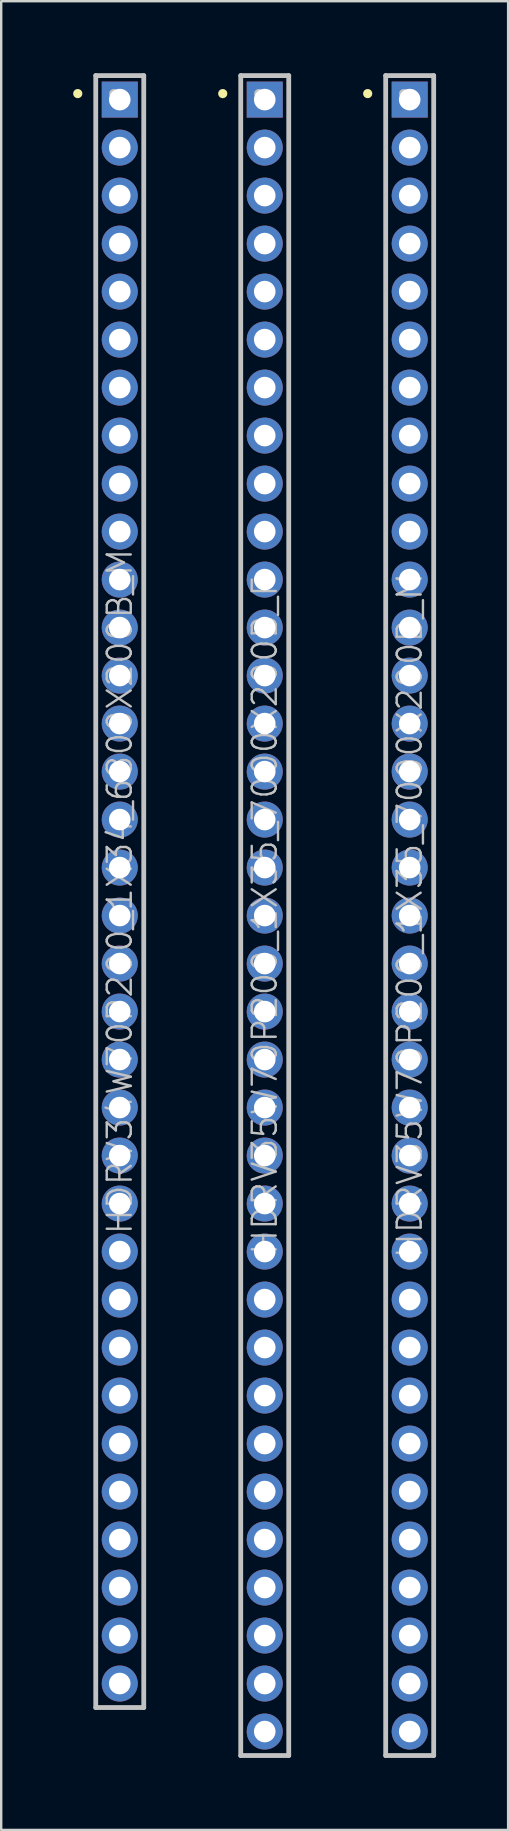
<source format=kicad_pcb>
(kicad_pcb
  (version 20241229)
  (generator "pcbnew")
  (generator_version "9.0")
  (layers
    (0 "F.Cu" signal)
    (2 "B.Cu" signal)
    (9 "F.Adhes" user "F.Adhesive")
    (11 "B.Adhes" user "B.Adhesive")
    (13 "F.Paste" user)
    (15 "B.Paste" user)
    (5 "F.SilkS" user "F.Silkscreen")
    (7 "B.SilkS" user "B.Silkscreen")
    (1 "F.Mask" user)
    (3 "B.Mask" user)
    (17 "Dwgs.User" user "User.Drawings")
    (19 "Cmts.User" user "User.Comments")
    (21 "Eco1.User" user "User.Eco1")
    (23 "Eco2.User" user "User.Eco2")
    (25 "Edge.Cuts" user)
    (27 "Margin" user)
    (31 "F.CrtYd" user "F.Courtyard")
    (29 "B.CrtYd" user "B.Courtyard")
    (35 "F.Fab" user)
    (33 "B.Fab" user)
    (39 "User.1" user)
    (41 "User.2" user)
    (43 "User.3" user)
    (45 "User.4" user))
  (footprint "HDRV34W70P200_1X34_6800X200B_M"
    (layer "F.Cu")
    (at 1.94 34.1)
    (property "Reference" "HDRV34W70P200_1X34_6800X200B_M" (at 0 0 90) (layer "Dwgs.User") (effects (font (size 1 1) (thickness 0.1))))
    (attr through_hole)
    (fp_line (start -1.75 -33.25) (end -1.75 -33.25) (stroke (width 0.381) (type solid)) (layer "F.SilkS"))
    (fp_line (start -1 -34) (end -1 34) (stroke (width 0.2) (type solid)) (layer "Dwgs.User"))
    (fp_line (start -1 -34) (end 1 -34) (stroke (width 0.2) (type solid)) (layer "Dwgs.User"))
    (fp_line (start -1 34) (end 1 34) (stroke (width 0.2) (type solid)) (layer "Dwgs.User"))
    (fp_line (start -0.25 -33.25) (end -0.25 -33.25) (stroke (width 0.381) (type solid)) (layer "Dwgs.User"))
    (fp_line (start 1 -34) (end 1 34) (stroke (width 0.2) (type solid)) (layer "Dwgs.User"))
    (pad "1" thru_hole rect (at 0 -33) (size 1.5 1.5) (drill 0.9) (layers "*.Cu" "*.Mask"))
    (pad "2" thru_hole circle (at 0 -31 270) (size 1.5 1.5) (drill 0.9) (layers "*.Cu" "*.Mask"))
    (pad "3" thru_hole circle (at 0 -29 270) (size 1.5 1.5) (drill 0.9) (layers "*.Cu" "*.Mask"))
    (pad "4" thru_hole circle (at 0 -27 270) (size 1.5 1.5) (drill 0.9) (layers "*.Cu" "*.Mask"))
    (pad "5" thru_hole circle (at 0 -25 270) (size 1.5 1.5) (drill 0.9) (layers "*.Cu" "*.Mask"))
    (pad "6" thru_hole circle (at 0 -23 270) (size 1.5 1.5) (drill 0.9) (layers "*.Cu" "*.Mask"))
    (pad "7" thru_hole circle (at 0 -21 270) (size 1.5 1.5) (drill 0.9) (layers "*.Cu" "*.Mask"))
    (pad "8" thru_hole circle (at 0 -19 270) (size 1.5 1.5) (drill 0.9) (layers "*.Cu" "*.Mask"))
    (pad "9" thru_hole circle (at 0 -17 270) (size 1.5 1.5) (drill 0.9) (layers "*.Cu" "*.Mask"))
    (pad "10" thru_hole circle (at 0 -15 270) (size 1.5 1.5) (drill 0.9) (layers "*.Cu" "*.Mask"))
    (pad "11" thru_hole circle (at 0 -13 270) (size 1.5 1.5) (drill 0.9) (layers "*.Cu" "*.Mask"))
    (pad "12" thru_hole circle (at 0 -11 270) (size 1.5 1.5) (drill 0.9) (layers "*.Cu" "*.Mask"))
    (pad "13" thru_hole circle (at 0 -9 270) (size 1.5 1.5) (drill 0.9) (layers "*.Cu" "*.Mask"))
    (pad "14" thru_hole circle (at 0 -7 270) (size 1.5 1.5) (drill 0.9) (layers "*.Cu" "*.Mask"))
    (pad "15" thru_hole circle (at 0 -5 270) (size 1.5 1.5) (drill 0.9) (layers "*.Cu" "*.Mask"))
    (pad "16" thru_hole circle (at 0 -3 270) (size 1.5 1.5) (drill 0.9) (layers "*.Cu" "*.Mask"))
    (pad "17" thru_hole circle (at 0 -1 270) (size 1.5 1.5) (drill 0.9) (layers "*.Cu" "*.Mask"))
    (pad "18" thru_hole circle (at 0 1 270) (size 1.5 1.5) (drill 0.9) (layers "*.Cu" "*.Mask"))
    (pad "19" thru_hole circle (at 0 3 270) (size 1.5 1.5) (drill 0.9) (layers "*.Cu" "*.Mask"))
    (pad "20" thru_hole circle (at 0 5 270) (size 1.5 1.5) (drill 0.9) (layers "*.Cu" "*.Mask"))
    (pad "21" thru_hole circle (at 0 7 270) (size 1.5 1.5) (drill 0.9) (layers "*.Cu" "*.Mask"))
    (pad "22" thru_hole circle (at 0 9 270) (size 1.5 1.5) (drill 0.9) (layers "*.Cu" "*.Mask"))
    (pad "23" thru_hole circle (at 0 11 270) (size 1.5 1.5) (drill 0.9) (layers "*.Cu" "*.Mask"))
    (pad "24" thru_hole circle (at 0 13 270) (size 1.5 1.5) (drill 0.9) (layers "*.Cu" "*.Mask"))
    (pad "25" thru_hole circle (at 0 15 270) (size 1.5 1.5) (drill 0.9) (layers "*.Cu" "*.Mask"))
    (pad "26" thru_hole circle (at 0 17 270) (size 1.5 1.5) (drill 0.9) (layers "*.Cu" "*.Mask"))
    (pad "27" thru_hole circle (at 0 19 270) (size 1.5 1.5) (drill 0.9) (layers "*.Cu" "*.Mask"))
    (pad "28" thru_hole circle (at 0 21 270) (size 1.5 1.5) (drill 0.9) (layers "*.Cu" "*.Mask"))
    (pad "29" thru_hole circle (at 0 23 270) (size 1.5 1.5) (drill 0.9) (layers "*.Cu" "*.Mask"))
    (pad "30" thru_hole circle (at 0 25 270) (size 1.5 1.5) (drill 0.9) (layers "*.Cu" "*.Mask"))
    (pad "31" thru_hole circle (at 0 27 270) (size 1.5 1.5) (drill 0.9) (layers "*.Cu" "*.Mask"))
    (pad "32" thru_hole circle (at 0 29 270) (size 1.5 1.5) (drill 0.9) (layers "*.Cu" "*.Mask"))
    (pad "33" thru_hole circle (at 0 31 270) (size 1.5 1.5) (drill 0.9) (layers "*.Cu" "*.Mask"))
    (pad "34" thru_hole circle (at 0 33 270) (size 1.5 1.5) (drill 0.9) (layers "*.Cu" "*.Mask")))
  (footprint "HDRV35W70P200_1X35_7000X200B_M"
    (layer "F.Cu")
    (at 14.021 35.1)
    (property "Reference" "HDRV35W70P200_1X35_7000X200B_M" (at 0 0 90) (layer "Dwgs.User") (effects (font (size 1 1) (thickness 0.1))))
    (attr through_hole)
    (fp_line (start -1.75 -34.25) (end -1.75 -34.25) (stroke (width 0.381) (type solid)) (layer "F.SilkS"))
    (fp_line (start -1 -35) (end -1 35) (stroke (width 0.2) (type solid)) (layer "Dwgs.User"))
    (fp_line (start -1 -35) (end 1 -35) (stroke (width 0.2) (type solid)) (layer "Dwgs.User"))
    (fp_line (start -1 35) (end 1 35) (stroke (width 0.2) (type solid)) (layer "Dwgs.User"))
    (fp_line (start -0.25 -34.25) (end -0.25 -34.25) (stroke (width 0.381) (type solid)) (layer "Dwgs.User"))
    (fp_line (start 1 -35) (end 1 35) (stroke (width 0.2) (type solid)) (layer "Dwgs.User"))
    (pad "1" thru_hole rect (at 0 -34) (size 1.5 1.5) (drill 0.9) (layers "*.Cu" "*.Mask"))
    (pad "2" thru_hole circle (at 0 -32 270) (size 1.5 1.5) (drill 0.9) (layers "*.Cu" "*.Mask"))
    (pad "3" thru_hole circle (at 0 -30 270) (size 1.5 1.5) (drill 0.9) (layers "*.Cu" "*.Mask"))
    (pad "4" thru_hole circle (at 0 -28 270) (size 1.5 1.5) (drill 0.9) (layers "*.Cu" "*.Mask"))
    (pad "5" thru_hole circle (at 0 -26 270) (size 1.5 1.5) (drill 0.9) (layers "*.Cu" "*.Mask"))
    (pad "6" thru_hole circle (at 0 -24 270) (size 1.5 1.5) (drill 0.9) (layers "*.Cu" "*.Mask"))
    (pad "7" thru_hole circle (at 0 -22 270) (size 1.5 1.5) (drill 0.9) (layers "*.Cu" "*.Mask"))
    (pad "8" thru_hole circle (at 0 -20 270) (size 1.5 1.5) (drill 0.9) (layers "*.Cu" "*.Mask"))
    (pad "9" thru_hole circle (at 0 -18 270) (size 1.5 1.5) (drill 0.9) (layers "*.Cu" "*.Mask"))
    (pad "10" thru_hole circle (at 0 -16 270) (size 1.5 1.5) (drill 0.9) (layers "*.Cu" "*.Mask"))
    (pad "11" thru_hole circle (at 0 -14 270) (size 1.5 1.5) (drill 0.9) (layers "*.Cu" "*.Mask"))
    (pad "12" thru_hole circle (at 0 -12 270) (size 1.5 1.5) (drill 0.9) (layers "*.Cu" "*.Mask"))
    (pad "13" thru_hole circle (at 0 -10 270) (size 1.5 1.5) (drill 0.9) (layers "*.Cu" "*.Mask"))
    (pad "14" thru_hole circle (at 0 -8 270) (size 1.5 1.5) (drill 0.9) (layers "*.Cu" "*.Mask"))
    (pad "15" thru_hole circle (at 0 -6 270) (size 1.5 1.5) (drill 0.9) (layers "*.Cu" "*.Mask"))
    (pad "16" thru_hole circle (at 0 -4 270) (size 1.5 1.5) (drill 0.9) (layers "*.Cu" "*.Mask"))
    (pad "17" thru_hole circle (at 0 -2 270) (size 1.5 1.5) (drill 0.9) (layers "*.Cu" "*.Mask"))
    (pad "18" thru_hole circle (at 0 0 270) (size 1.5 1.5) (drill 0.9) (layers "*.Cu" "*.Mask"))
    (pad "19" thru_hole circle (at 0 2 270) (size 1.5 1.5) (drill 0.9) (layers "*.Cu" "*.Mask"))
    (pad "20" thru_hole circle (at 0 4 270) (size 1.5 1.5) (drill 0.9) (layers "*.Cu" "*.Mask"))
    (pad "21" thru_hole circle (at 0 6 270) (size 1.5 1.5) (drill 0.9) (layers "*.Cu" "*.Mask"))
    (pad "22" thru_hole circle (at 0 8 270) (size 1.5 1.5) (drill 0.9) (layers "*.Cu" "*.Mask"))
    (pad "23" thru_hole circle (at 0 10 270) (size 1.5 1.5) (drill 0.9) (layers "*.Cu" "*.Mask"))
    (pad "24" thru_hole circle (at 0 12 270) (size 1.5 1.5) (drill 0.9) (layers "*.Cu" "*.Mask"))
    (pad "25" thru_hole circle (at 0 14 270) (size 1.5 1.5) (drill 0.9) (layers "*.Cu" "*.Mask"))
    (pad "26" thru_hole circle (at 0 16 270) (size 1.5 1.5) (drill 0.9) (layers "*.Cu" "*.Mask"))
    (pad "27" thru_hole circle (at 0 18 270) (size 1.5 1.5) (drill 0.9) (layers "*.Cu" "*.Mask"))
    (pad "28" thru_hole circle (at 0 20 270) (size 1.5 1.5) (drill 0.9) (layers "*.Cu" "*.Mask"))
    (pad "29" thru_hole circle (at 0 22 270) (size 1.5 1.5) (drill 0.9) (layers "*.Cu" "*.Mask"))
    (pad "30" thru_hole circle (at 0 24 270) (size 1.5 1.5) (drill 0.9) (layers "*.Cu" "*.Mask"))
    (pad "31" thru_hole circle (at 0 26 270) (size 1.5 1.5) (drill 0.9) (layers "*.Cu" "*.Mask"))
    (pad "32" thru_hole circle (at 0 28 270) (size 1.5 1.5) (drill 0.9) (layers "*.Cu" "*.Mask"))
    (pad "33" thru_hole circle (at 0 30 270) (size 1.5 1.5) (drill 0.9) (layers "*.Cu" "*.Mask"))
    (pad "34" thru_hole circle (at 0 32 270) (size 1.5 1.5) (drill 0.9) (layers "*.Cu" "*.Mask"))
    (pad "35" thru_hole circle (at 0 34 270) (size 1.5 1.5) (drill 0.9) (layers "*.Cu" "*.Mask")))
  (footprint "HDRV35W70P200_1X35_7000X200B_F"
    (layer "F.Cu")
    (at 7.981 35.1)
    (property "Reference" "HDRV35W70P200_1X35_7000X200B_F" (at 0 0 90) (layer "Dwgs.User") (effects (font (size 1 1) (thickness 0.1))))
    (attr through_hole)
    (fp_line (start -1.75 -34.25) (end -1.75 -34.25) (stroke (width 0.381) (type solid)) (layer "F.SilkS"))
    (fp_line (start -1 -35) (end -1 35) (stroke (width 0.2) (type solid)) (layer "Dwgs.User"))
    (fp_line (start -1 -35) (end 1 -35) (stroke (width 0.2) (type solid)) (layer "Dwgs.User"))
    (fp_line (start -1 35) (end 1 35) (stroke (width 0.2) (type solid)) (layer "Dwgs.User"))
    (fp_line (start -0.25 -34.25) (end -0.25 -34.25) (stroke (width 0.381) (type solid)) (layer "Dwgs.User"))
    (fp_line (start 1 -35) (end 1 35) (stroke (width 0.2) (type solid)) (layer "Dwgs.User"))
    (pad "1" thru_hole rect (at 0 -34) (size 1.5 1.5) (drill 0.9) (layers "*.Cu" "*.Mask"))
    (pad "2" thru_hole circle (at 0 -32 270) (size 1.5 1.5) (drill 0.9) (layers "*.Cu" "*.Mask"))
    (pad "3" thru_hole circle (at 0 -30 270) (size 1.5 1.5) (drill 0.9) (layers "*.Cu" "*.Mask"))
    (pad "4" thru_hole circle (at 0 -28 270) (size 1.5 1.5) (drill 0.9) (layers "*.Cu" "*.Mask"))
    (pad "5" thru_hole circle (at 0 -26 270) (size 1.5 1.5) (drill 0.9) (layers "*.Cu" "*.Mask"))
    (pad "6" thru_hole circle (at 0 -24 270) (size 1.5 1.5) (drill 0.9) (layers "*.Cu" "*.Mask"))
    (pad "7" thru_hole circle (at 0 -22 270) (size 1.5 1.5) (drill 0.9) (layers "*.Cu" "*.Mask"))
    (pad "8" thru_hole circle (at 0 -20 270) (size 1.5 1.5) (drill 0.9) (layers "*.Cu" "*.Mask"))
    (pad "9" thru_hole circle (at 0 -18 270) (size 1.5 1.5) (drill 0.9) (layers "*.Cu" "*.Mask"))
    (pad "10" thru_hole circle (at 0 -16 270) (size 1.5 1.5) (drill 0.9) (layers "*.Cu" "*.Mask"))
    (pad "11" thru_hole circle (at 0 -14 270) (size 1.5 1.5) (drill 0.9) (layers "*.Cu" "*.Mask"))
    (pad "12" thru_hole circle (at 0 -12 270) (size 1.5 1.5) (drill 0.9) (layers "*.Cu" "*.Mask"))
    (pad "13" thru_hole circle (at 0 -10 270) (size 1.5 1.5) (drill 0.9) (layers "*.Cu" "*.Mask"))
    (pad "14" thru_hole circle (at 0 -8 270) (size 1.5 1.5) (drill 0.9) (layers "*.Cu" "*.Mask"))
    (pad "15" thru_hole circle (at 0 -6 270) (size 1.5 1.5) (drill 0.9) (layers "*.Cu" "*.Mask"))
    (pad "16" thru_hole circle (at 0 -4 270) (size 1.5 1.5) (drill 0.9) (layers "*.Cu" "*.Mask"))
    (pad "17" thru_hole circle (at 0 -2 270) (size 1.5 1.5) (drill 0.9) (layers "*.Cu" "*.Mask"))
    (pad "18" thru_hole circle (at 0 0 270) (size 1.5 1.5) (drill 0.9) (layers "*.Cu" "*.Mask"))
    (pad "19" thru_hole circle (at 0 2 270) (size 1.5 1.5) (drill 0.9) (layers "*.Cu" "*.Mask"))
    (pad "20" thru_hole circle (at 0 4 270) (size 1.5 1.5) (drill 0.9) (layers "*.Cu" "*.Mask"))
    (pad "21" thru_hole circle (at 0 6 270) (size 1.5 1.5) (drill 0.9) (layers "*.Cu" "*.Mask"))
    (pad "22" thru_hole circle (at 0 8 270) (size 1.5 1.5) (drill 0.9) (layers "*.Cu" "*.Mask"))
    (pad "23" thru_hole circle (at 0 10 270) (size 1.5 1.5) (drill 0.9) (layers "*.Cu" "*.Mask"))
    (pad "24" thru_hole circle (at 0 12 270) (size 1.5 1.5) (drill 0.9) (layers "*.Cu" "*.Mask"))
    (pad "25" thru_hole circle (at 0 14 270) (size 1.5 1.5) (drill 0.9) (layers "*.Cu" "*.Mask"))
    (pad "26" thru_hole circle (at 0 16 270) (size 1.5 1.5) (drill 0.9) (layers "*.Cu" "*.Mask"))
    (pad "27" thru_hole circle (at 0 18 270) (size 1.5 1.5) (drill 0.9) (layers "*.Cu" "*.Mask"))
    (pad "28" thru_hole circle (at 0 20 270) (size 1.5 1.5) (drill 0.9) (layers "*.Cu" "*.Mask"))
    (pad "29" thru_hole circle (at 0 22 270) (size 1.5 1.5) (drill 0.9) (layers "*.Cu" "*.Mask"))
    (pad "30" thru_hole circle (at 0 24 270) (size 1.5 1.5) (drill 0.9) (layers "*.Cu" "*.Mask"))
    (pad "31" thru_hole circle (at 0 26 270) (size 1.5 1.5) (drill 0.9) (layers "*.Cu" "*.Mask"))
    (pad "32" thru_hole circle (at 0 28 270) (size 1.5 1.5) (drill 0.9) (layers "*.Cu" "*.Mask"))
    (pad "33" thru_hole circle (at 0 30 270) (size 1.5 1.5) (drill 0.9) (layers "*.Cu" "*.Mask"))
    (pad "34" thru_hole circle (at 0 32 270) (size 1.5 1.5) (drill 0.9) (layers "*.Cu" "*.Mask"))
    (pad "35" thru_hole circle (at 0 34 270) (size 1.5 1.5) (drill 0.9) (layers "*.Cu" "*.Mask")))
  (gr_rect
    (start -3 -3)
    (end 18.122 73.2)
    (stroke (width 0.1) (type default))
    (fill no)
    (layer "Edge.Cuts")))
</source>
